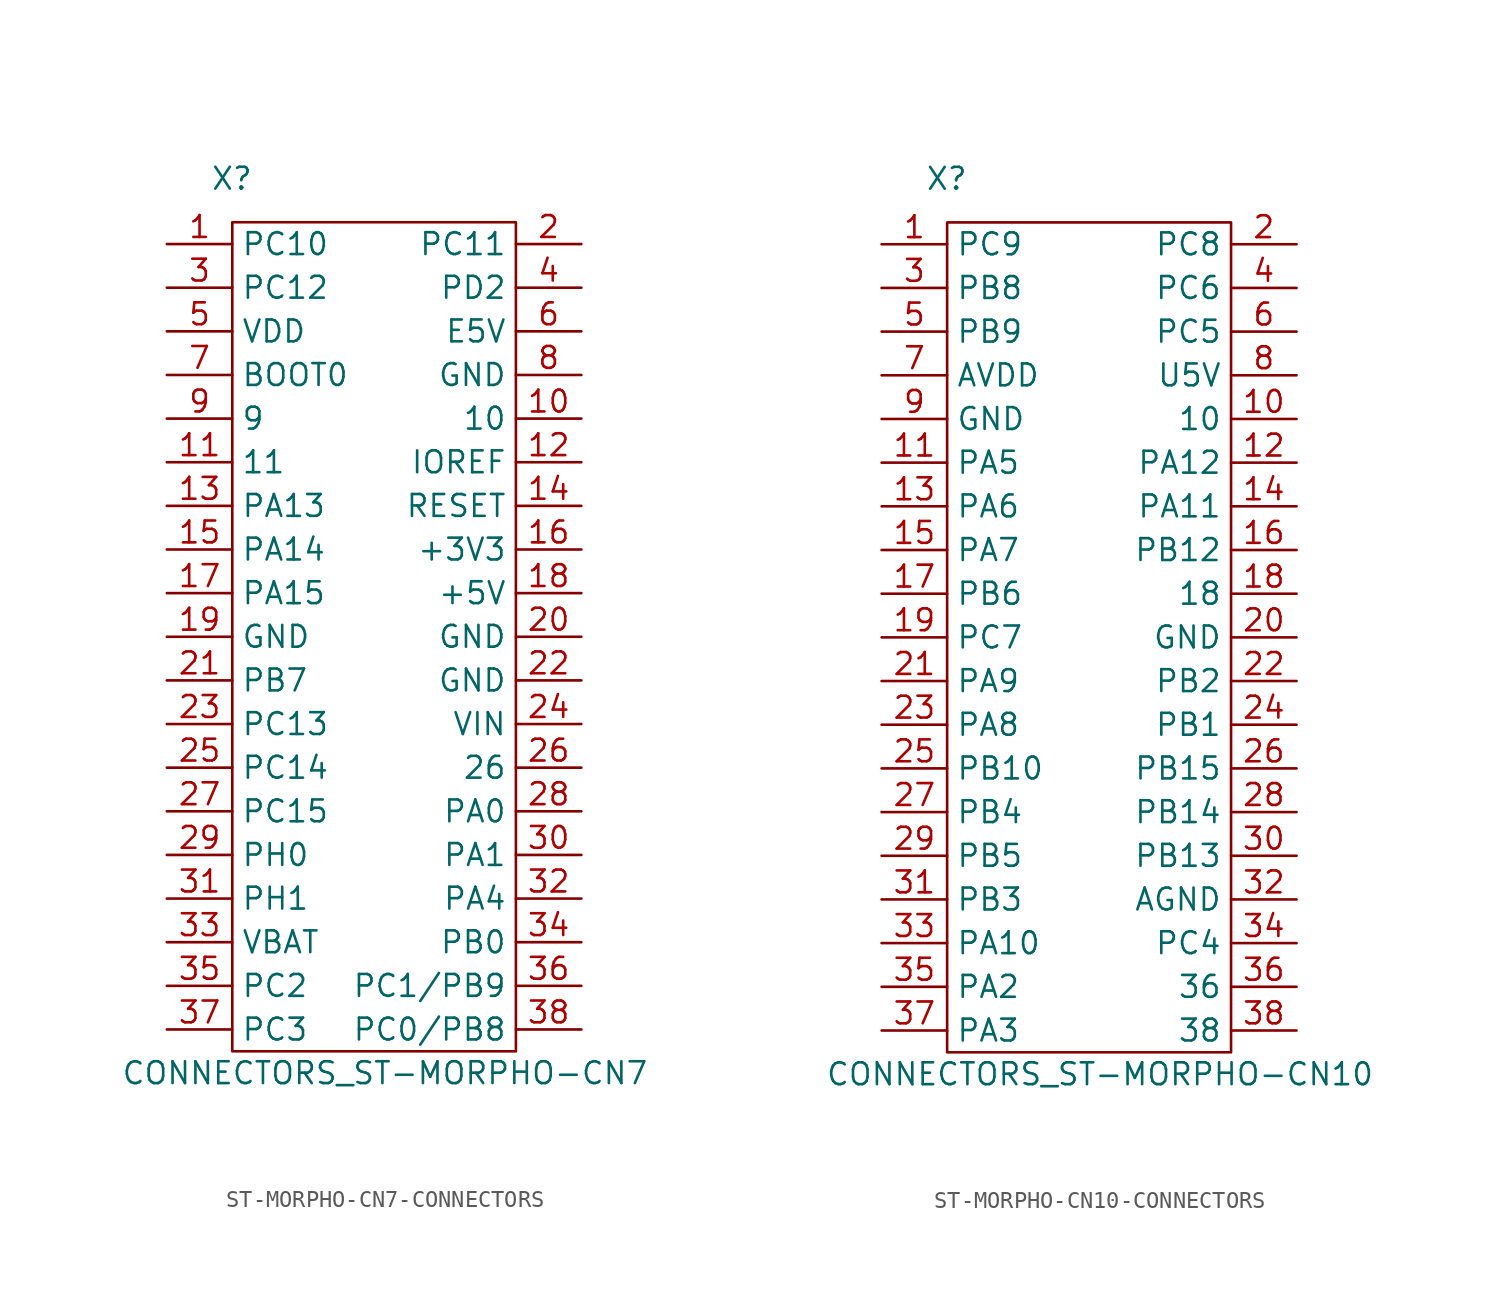
<source format=kicad_sym>
(kicad_symbol_lib
  (version 20231120)
  (generator "kicad_symbol_editor")
  (generator_version "8.0")
  (symbol "ST-MORPHO-CN7-CONNECTORS"
    (property "Reference" "X"
      (at 2.54 3.81 0)
      (effects (font (size 1.27 1.27)) (justify left)))
    (property "Value" "CONNECTORS_ST-MORPHO-CN7"
      (at 12.7 -48.26 0)
      (effects (font (size 1.27 1.27))))
    (property "Footprint" ""
      (at 8.89 -25.4 0)
      (effects (font (size 1.27 1.27))))
    (property "Datasheet" ""
      (at 8.89 -25.4 0)
      (effects (font (size 1.27 1.27))))
    (symbol "ST-MORPHO-CN7-CONNECTORS_0_1"
      (rectangle (start 3.81 1.27) (end 20.32 -46.99) (stroke (width 0) (type solid)) (fill (type none))))
    (symbol "ST-MORPHO-CN7-CONNECTORS_1_1"
      (pin unspecified line (at 0 0 0) (length 3.81) (name "PC10" (effects (font (size 1.27 1.27)))) (number "1" (effects (font (size 1.27 1.27)))))
      (pin passive line (at 24.13 -10.16 180) (length 3.81) (name "10" (effects (font (size 1.27 1.27)))) (number "10" (effects (font (size 1.27 1.27)))))
      (pin passive line (at 0 -12.7 0) (length 3.81) (name "11" (effects (font (size 1.27 1.27)))) (number "11" (effects (font (size 1.27 1.27)))))
      (pin passive line (at 24.13 -12.7 180) (length 3.81) (name "IOREF" (effects (font (size 1.27 1.27)))) (number "12" (effects (font (size 1.27 1.27)))))
      (pin passive line (at 0 -15.24 0) (length 3.81) (name "PA13" (effects (font (size 1.27 1.27)))) (number "13" (effects (font (size 1.27 1.27)))))
      (pin passive line (at 24.13 -15.24 180) (length 3.81) (name "RESET" (effects (font (size 1.27 1.27)))) (number "14" (effects (font (size 1.27 1.27)))))
      (pin passive line (at 0 -17.78 0) (length 3.81) (name "PA14" (effects (font (size 1.27 1.27)))) (number "15" (effects (font (size 1.27 1.27)))))
      (pin passive line (at 24.13 -17.78 180) (length 3.81) (name "+3V3" (effects (font (size 1.27 1.27)))) (number "16" (effects (font (size 1.27 1.27)))))
      (pin unspecified line (at 0 -20.32 0) (length 3.81) (name "PA15" (effects (font (size 1.27 1.27)))) (number "17" (effects (font (size 1.27 1.27)))))
      (pin unspecified line (at 24.13 -20.32 180) (length 3.81) (name "+5V" (effects (font (size 1.27 1.27)))) (number "18" (effects (font (size 1.27 1.27)))))
      (pin unspecified line (at 0 -22.86 0) (length 3.81) (name "GND" (effects (font (size 1.27 1.27)))) (number "19" (effects (font (size 1.27 1.27)))))
      (pin unspecified line (at 24.13 0 180) (length 3.81) (name "PC11" (effects (font (size 1.27 1.27)))) (number "2" (effects (font (size 1.27 1.27)))))
      (pin unspecified line (at 24.13 -22.86 180) (length 3.81) (name "GND" (effects (font (size 1.27 1.27)))) (number "20" (effects (font (size 1.27 1.27)))))
      (pin unspecified line (at 0 -25.4 0) (length 3.81) (name "PB7" (effects (font (size 1.27 1.27)))) (number "21" (effects (font (size 1.27 1.27)))))
      (pin unspecified line (at 24.13 -25.4 180) (length 3.81) (name "GND" (effects (font (size 1.27 1.27)))) (number "22" (effects (font (size 1.27 1.27)))))
      (pin unspecified line (at 0 -27.94 0) (length 3.81) (name "PC13" (effects (font (size 1.27 1.27)))) (number "23" (effects (font (size 1.27 1.27)))))
      (pin unspecified line (at 24.13 -27.94 180) (length 3.81) (name "VIN" (effects (font (size 1.27 1.27)))) (number "24" (effects (font (size 1.27 1.27)))))
      (pin passive line (at 0 -30.48 0) (length 3.81) (name "PC14" (effects (font (size 1.27 1.27)))) (number "25" (effects (font (size 1.27 1.27)))))
      (pin passive line (at 24.13 -30.48 180) (length 3.81) (name "26" (effects (font (size 1.27 1.27)))) (number "26" (effects (font (size 1.27 1.27)))))
      (pin passive line (at 0 -33.02 0) (length 3.81) (name "PC15" (effects (font (size 1.27 1.27)))) (number "27" (effects (font (size 1.27 1.27)))))
      (pin passive line (at 24.13 -33.02 180) (length 3.81) (name "PA0" (effects (font (size 1.27 1.27)))) (number "28" (effects (font (size 1.27 1.27)))))
      (pin passive line (at 0 -35.56 0) (length 3.81) (name "PH0" (effects (font (size 1.27 1.27)))) (number "29" (effects (font (size 1.27 1.27)))))
      (pin unspecified line (at 0 -2.54 0) (length 3.81) (name "PC12" (effects (font (size 1.27 1.27)))) (number "3" (effects (font (size 1.27 1.27)))))
      (pin passive line (at 24.13 -35.56 180) (length 3.81) (name "PA1" (effects (font (size 1.27 1.27)))) (number "30" (effects (font (size 1.27 1.27)))))
      (pin passive line (at 0 -38.1 0) (length 3.81) (name "PH1" (effects (font (size 1.27 1.27)))) (number "31" (effects (font (size 1.27 1.27)))))
      (pin passive line (at 24.13 -38.1 180) (length 3.81) (name "PA4" (effects (font (size 1.27 1.27)))) (number "32" (effects (font (size 1.27 1.27)))))
      (pin passive line (at 0 -40.64 0) (length 3.81) (name "VBAT" (effects (font (size 1.27 1.27)))) (number "33" (effects (font (size 1.27 1.27)))))
      (pin passive line (at 24.13 -40.64 180) (length 3.81) (name "PB0" (effects (font (size 1.27 1.27)))) (number "34" (effects (font (size 1.27 1.27)))))
      (pin passive line (at 0 -43.18 0) (length 3.81) (name "PC2" (effects (font (size 1.27 1.27)))) (number "35" (effects (font (size 1.27 1.27)))))
      (pin passive line (at 24.13 -43.18 180) (length 3.81) (name "PC1/PB9" (effects (font (size 1.27 1.27)))) (number "36" (effects (font (size 1.27 1.27)))))
      (pin passive line (at 0 -45.72 0) (length 3.81) (name "PC3" (effects (font (size 1.27 1.27)))) (number "37" (effects (font (size 1.27 1.27)))))
      (pin passive line (at 24.13 -45.72 180) (length 3.81) (name "PC0/PB8" (effects (font (size 1.27 1.27)))) (number "38" (effects (font (size 1.27 1.27)))))
      (pin unspecified line (at 24.13 -2.54 180) (length 3.81) (name "PD2" (effects (font (size 1.27 1.27)))) (number "4" (effects (font (size 1.27 1.27)))))
      (pin unspecified line (at 0 -5.08 0) (length 3.81) (name "VDD" (effects (font (size 1.27 1.27)))) (number "5" (effects (font (size 1.27 1.27)))))
      (pin unspecified line (at 24.13 -5.08 180) (length 3.81) (name "E5V" (effects (font (size 1.27 1.27)))) (number "6" (effects (font (size 1.27 1.27)))))
      (pin unspecified line (at 0 -7.62 0) (length 3.81) (name "BOOT0" (effects (font (size 1.27 1.27)))) (number "7" (effects (font (size 1.27 1.27)))))
      (pin unspecified line (at 24.13 -7.62 180) (length 3.81) (name "GND" (effects (font (size 1.27 1.27)))) (number "8" (effects (font (size 1.27 1.27)))))
      (pin passive line (at 0 -10.16 0) (length 3.81) (name "9" (effects (font (size 1.27 1.27)))) (number "9" (effects (font (size 1.27 1.27)))))))
  (symbol "ST-MORPHO-CN10-CONNECTORS"
    (property "Reference" "X"
      (at 2.54 3.81 0)
      (effects (font (size 1.27 1.27)) (justify left)))
    (property "Value" "CONNECTORS_ST-MORPHO-CN10"
      (at 12.7 -48.26 0)
      (effects (font (size 1.27 1.27))))
    (property "Footprint" ""
      (at 8.89 -25.4 0)
      (effects (font (size 1.27 1.27))))
    (property "Datasheet" ""
      (at 8.89 -25.4 0)
      (effects (font (size 1.27 1.27))))
    (symbol "ST-MORPHO-CN10-CONNECTORS_0_1"
      (rectangle (start 3.81 1.27) (end 20.32 -46.99) (stroke (width 0) (type solid)) (fill (type none))))
    (symbol "ST-MORPHO-CN10-CONNECTORS_1_1"
      (pin unspecified line (at 0 0 0) (length 3.81) (name "PC9" (effects (font (size 1.27 1.27)))) (number "1" (effects (font (size 1.27 1.27)))))
      (pin passive line (at 24.13 -10.16 180) (length 3.81) (name "10" (effects (font (size 1.27 1.27)))) (number "10" (effects (font (size 1.27 1.27)))))
      (pin passive line (at 0 -12.7 0) (length 3.81) (name "PA5" (effects (font (size 1.27 1.27)))) (number "11" (effects (font (size 1.27 1.27)))))
      (pin passive line (at 24.13 -12.7 180) (length 3.81) (name "PA12" (effects (font (size 1.27 1.27)))) (number "12" (effects (font (size 1.27 1.27)))))
      (pin passive line (at 0 -15.24 0) (length 3.81) (name "PA6" (effects (font (size 1.27 1.27)))) (number "13" (effects (font (size 1.27 1.27)))))
      (pin passive line (at 24.13 -15.24 180) (length 3.81) (name "PA11" (effects (font (size 1.27 1.27)))) (number "14" (effects (font (size 1.27 1.27)))))
      (pin passive line (at 0 -17.78 0) (length 3.81) (name "PA7" (effects (font (size 1.27 1.27)))) (number "15" (effects (font (size 1.27 1.27)))))
      (pin passive line (at 24.13 -17.78 180) (length 3.81) (name "PB12" (effects (font (size 1.27 1.27)))) (number "16" (effects (font (size 1.27 1.27)))))
      (pin unspecified line (at 0 -20.32 0) (length 3.81) (name "PB6" (effects (font (size 1.27 1.27)))) (number "17" (effects (font (size 1.27 1.27)))))
      (pin unspecified line (at 24.13 -20.32 180) (length 3.81) (name "18" (effects (font (size 1.27 1.27)))) (number "18" (effects (font (size 1.27 1.27)))))
      (pin unspecified line (at 0 -22.86 0) (length 3.81) (name "PC7" (effects (font (size 1.27 1.27)))) (number "19" (effects (font (size 1.27 1.27)))))
      (pin unspecified line (at 24.13 0 180) (length 3.81) (name "PC8" (effects (font (size 1.27 1.27)))) (number "2" (effects (font (size 1.27 1.27)))))
      (pin unspecified line (at 24.13 -22.86 180) (length 3.81) (name "GND" (effects (font (size 1.27 1.27)))) (number "20" (effects (font (size 1.27 1.27)))))
      (pin unspecified line (at 0 -25.4 0) (length 3.81) (name "PA9" (effects (font (size 1.27 1.27)))) (number "21" (effects (font (size 1.27 1.27)))))
      (pin unspecified line (at 24.13 -25.4 180) (length 3.81) (name "PB2" (effects (font (size 1.27 1.27)))) (number "22" (effects (font (size 1.27 1.27)))))
      (pin unspecified line (at 0 -27.94 0) (length 3.81) (name "PA8" (effects (font (size 1.27 1.27)))) (number "23" (effects (font (size 1.27 1.27)))))
      (pin unspecified line (at 24.13 -27.94 180) (length 3.81) (name "PB1" (effects (font (size 1.27 1.27)))) (number "24" (effects (font (size 1.27 1.27)))))
      (pin passive line (at 0 -30.48 0) (length 3.81) (name "PB10" (effects (font (size 1.27 1.27)))) (number "25" (effects (font (size 1.27 1.27)))))
      (pin passive line (at 24.13 -30.48 180) (length 3.81) (name "PB15" (effects (font (size 1.27 1.27)))) (number "26" (effects (font (size 1.27 1.27)))))
      (pin passive line (at 0 -33.02 0) (length 3.81) (name "PB4" (effects (font (size 1.27 1.27)))) (number "27" (effects (font (size 1.27 1.27)))))
      (pin passive line (at 24.13 -33.02 180) (length 3.81) (name "PB14" (effects (font (size 1.27 1.27)))) (number "28" (effects (font (size 1.27 1.27)))))
      (pin passive line (at 0 -35.56 0) (length 3.81) (name "PB5" (effects (font (size 1.27 1.27)))) (number "29" (effects (font (size 1.27 1.27)))))
      (pin unspecified line (at 0 -2.54 0) (length 3.81) (name "PB8" (effects (font (size 1.27 1.27)))) (number "3" (effects (font (size 1.27 1.27)))))
      (pin passive line (at 24.13 -35.56 180) (length 3.81) (name "PB13" (effects (font (size 1.27 1.27)))) (number "30" (effects (font (size 1.27 1.27)))))
      (pin passive line (at 0 -38.1 0) (length 3.81) (name "PB3" (effects (font (size 1.27 1.27)))) (number "31" (effects (font (size 1.27 1.27)))))
      (pin passive line (at 24.13 -38.1 180) (length 3.81) (name "AGND" (effects (font (size 1.27 1.27)))) (number "32" (effects (font (size 1.27 1.27)))))
      (pin passive line (at 0 -40.64 0) (length 3.81) (name "PA10" (effects (font (size 1.27 1.27)))) (number "33" (effects (font (size 1.27 1.27)))))
      (pin passive line (at 24.13 -40.64 180) (length 3.81) (name "PC4" (effects (font (size 1.27 1.27)))) (number "34" (effects (font (size 1.27 1.27)))))
      (pin passive line (at 0 -43.18 0) (length 3.81) (name "PA2" (effects (font (size 1.27 1.27)))) (number "35" (effects (font (size 1.27 1.27)))))
      (pin passive line (at 24.13 -43.18 180) (length 3.81) (name "36" (effects (font (size 1.27 1.27)))) (number "36" (effects (font (size 1.27 1.27)))))
      (pin passive line (at 0 -45.72 0) (length 3.81) (name "PA3" (effects (font (size 1.27 1.27)))) (number "37" (effects (font (size 1.27 1.27)))))
      (pin passive line (at 24.13 -45.72 180) (length 3.81) (name "38" (effects (font (size 1.27 1.27)))) (number "38" (effects (font (size 1.27 1.27)))))
      (pin unspecified line (at 24.13 -2.54 180) (length 3.81) (name "PC6" (effects (font (size 1.27 1.27)))) (number "4" (effects (font (size 1.27 1.27)))))
      (pin unspecified line (at 0 -5.08 0) (length 3.81) (name "PB9" (effects (font (size 1.27 1.27)))) (number "5" (effects (font (size 1.27 1.27)))))
      (pin unspecified line (at 24.13 -5.08 180) (length 3.81) (name "PC5" (effects (font (size 1.27 1.27)))) (number "6" (effects (font (size 1.27 1.27)))))
      (pin unspecified line (at 0 -7.62 0) (length 3.81) (name "AVDD" (effects (font (size 1.27 1.27)))) (number "7" (effects (font (size 1.27 1.27)))))
      (pin unspecified line (at 24.13 -7.62 180) (length 3.81) (name "U5V" (effects (font (size 1.27 1.27)))) (number "8" (effects (font (size 1.27 1.27)))))
      (pin passive line (at 0 -10.16 0) (length 3.81) (name "GND" (effects (font (size 1.27 1.27)))) (number "9" (effects (font (size 1.27 1.27))))))))
</source>
